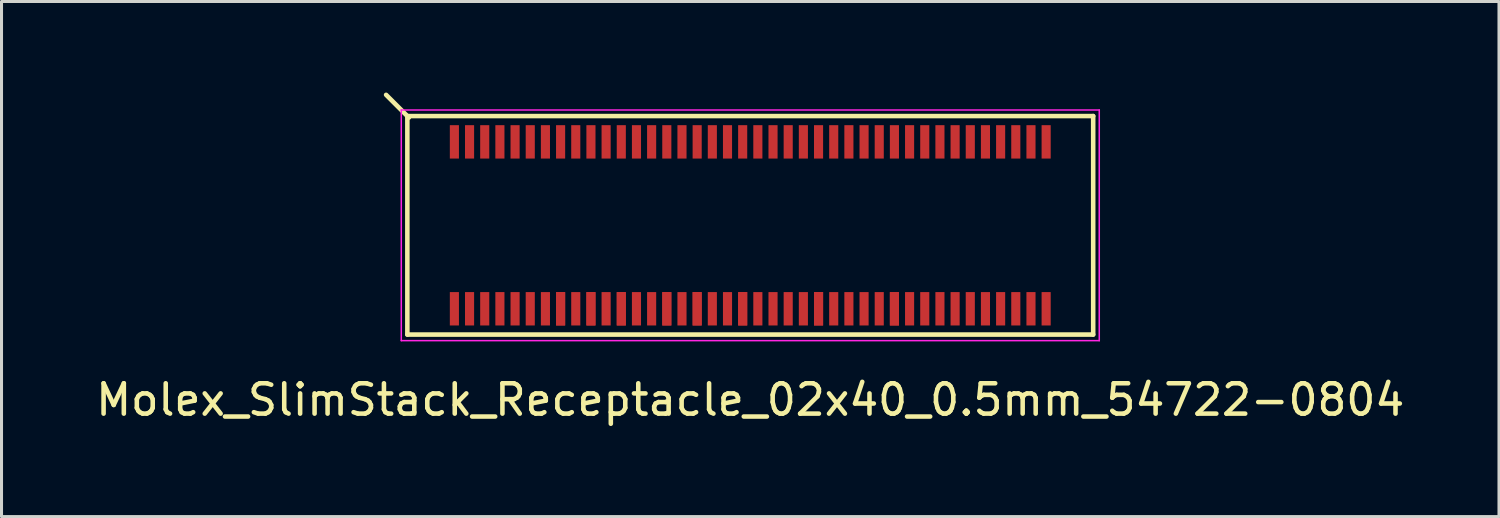
<source format=kicad_pcb>
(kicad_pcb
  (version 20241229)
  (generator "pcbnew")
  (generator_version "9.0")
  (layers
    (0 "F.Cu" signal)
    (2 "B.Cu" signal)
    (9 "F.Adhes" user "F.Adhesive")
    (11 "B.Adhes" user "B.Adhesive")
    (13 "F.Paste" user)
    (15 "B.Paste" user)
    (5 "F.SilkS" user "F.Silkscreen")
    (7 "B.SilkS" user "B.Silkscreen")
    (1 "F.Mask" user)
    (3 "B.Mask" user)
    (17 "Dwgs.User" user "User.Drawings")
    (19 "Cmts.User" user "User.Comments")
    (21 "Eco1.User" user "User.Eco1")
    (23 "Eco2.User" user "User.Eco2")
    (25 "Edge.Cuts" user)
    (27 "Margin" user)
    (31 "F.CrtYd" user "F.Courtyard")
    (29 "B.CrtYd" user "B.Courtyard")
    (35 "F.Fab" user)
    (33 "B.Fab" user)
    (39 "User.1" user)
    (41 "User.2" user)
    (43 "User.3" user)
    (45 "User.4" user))
  (footprint "Molex_SlimStack_Receptacle_02x40_0.5mm_54722-0804"
    (layer "F.Cu")
    (at 21.673 4.375)
    (property "Reference" "Molex_SlimStack_Receptacle_02x40_0.5mm_54722-0804" (at 0 5.75 0) (layer "F.SilkS") (effects (font (size 1 1) (thickness 0.15))))
    (attr smd)
    (fp_line (start -11.3 -3.6) (end -11.3 3.6) (stroke (width 0.15) (type solid)) (layer "F.SilkS"))
    (fp_line (start -11.3 3.6) (end 11.3 3.6) (stroke (width 0.15) (type solid)) (layer "F.SilkS"))
    (fp_line (start -11.25 -3.55) (end -12 -4.3) (stroke (width 0.15) (type solid)) (layer "F.SilkS"))
    (fp_line (start 11.3 -3.6) (end -11.3 -3.6) (stroke (width 0.15) (type solid)) (layer "F.SilkS"))
    (fp_line (start 11.3 3.6) (end 11.3 -3.6) (stroke (width 0.15) (type solid)) (layer "F.SilkS"))
    (fp_line (start -11.5 -3.8) (end -11.5 3.8) (stroke (width 0.05) (type solid)) (layer "F.CrtYd"))
    (fp_line (start -11.5 3.8) (end 11.5 3.8) (stroke (width 0.05) (type solid)) (layer "F.CrtYd"))
    (fp_line (start 11.5 -3.8) (end -11.5 -3.8) (stroke (width 0.05) (type solid)) (layer "F.CrtYd"))
    (fp_line (start 11.5 3.8) (end 11.5 -3.8) (stroke (width 0.05) (type solid)) (layer "F.CrtYd"))
    (pad "1" smd rect (at -9.75 -2.75) (size 0.3 1.1) (layers "F.Cu" "F.Mask" "F.Paste"))
    (pad "2" smd rect (at -9.75 2.75) (size 0.3 1.1) (layers "F.Cu" "F.Mask" "F.Paste"))
    (pad "3" smd rect (at -9.25 -2.75) (size 0.3 1.1) (layers "F.Cu" "F.Mask" "F.Paste"))
    (pad "4" smd rect (at -9.25 2.75) (size 0.3 1.1) (layers "F.Cu" "F.Mask" "F.Paste"))
    (pad "5" smd rect (at -8.75 -2.75) (size 0.3 1.1) (layers "F.Cu" "F.Mask" "F.Paste"))
    (pad "6" smd rect (at -8.75 2.75) (size 0.3 1.1) (layers "F.Cu" "F.Mask" "F.Paste"))
    (pad "7" smd rect (at -8.25 -2.75) (size 0.3 1.1) (layers "F.Cu" "F.Mask" "F.Paste"))
    (pad "8" smd rect (at -8.25 2.75) (size 0.3 1.1) (layers "F.Cu" "F.Mask" "F.Paste"))
    (pad "9" smd rect (at -7.75 -2.75) (size 0.3 1.1) (layers "F.Cu" "F.Mask" "F.Paste"))
    (pad "10" smd rect (at -7.75 2.75) (size 0.3 1.1) (layers "F.Cu" "F.Mask" "F.Paste"))
    (pad "11" smd rect (at -7.25 -2.75) (size 0.3 1.1) (layers "F.Cu" "F.Mask" "F.Paste"))
    (pad "12" smd rect (at -7.25 2.75) (size 0.3 1.1) (layers "F.Cu" "F.Mask" "F.Paste"))
    (pad "13" smd rect (at -6.75 -2.75) (size 0.3 1.1) (layers "F.Cu" "F.Mask" "F.Paste"))
    (pad "14" smd rect (at -6.75 2.75) (size 0.3 1.1) (layers "F.Cu" "F.Mask" "F.Paste"))
    (pad "15" smd rect (at -6.25 -2.75) (size 0.3 1.1) (layers "F.Cu" "F.Mask" "F.Paste"))
    (pad "16" smd rect (at -6.25 2.75) (size 0.3 1.1) (layers "F.Cu" "F.Mask" "F.Paste"))
    (pad "16" smd rect (at -6.25 2.75) (size 0.3 1.1) (layers "F.Cu" "F.Mask" "F.Paste"))
    (pad "17" smd rect (at -5.75 -2.75) (size 0.3 1.1) (layers "F.Cu" "F.Mask" "F.Paste"))
    (pad "18" smd rect (at -5.75 2.75) (size 0.3 1.1) (layers "F.Cu" "F.Mask" "F.Paste"))
    (pad "19" smd rect (at -5.25 -2.75) (size 0.3 1.1) (layers "F.Cu" "F.Mask" "F.Paste"))
    (pad "20" smd rect (at -5.25 2.75) (size 0.3 1.1) (layers "F.Cu" "F.Mask" "F.Paste"))
    (pad "20" smd rect (at -5.25 2.75) (size 0.3 1.1) (layers "F.Cu" "F.Mask" "F.Paste"))
    (pad "21" smd rect (at -4.75 -2.75) (size 0.3 1.1) (layers "F.Cu" "F.Mask" "F.Paste"))
    (pad "22" smd rect (at -4.75 2.75) (size 0.3 1.1) (layers "F.Cu" "F.Mask" "F.Paste"))
    (pad "23" smd rect (at -4.25 -2.75) (size 0.3 1.1) (layers "F.Cu" "F.Mask" "F.Paste"))
    (pad "24" smd rect (at -4.25 2.75) (size 0.3 1.1) (layers "F.Cu" "F.Mask" "F.Paste"))
    (pad "24" smd rect (at -4.25 2.75) (size 0.3 1.1) (layers "F.Cu" "F.Mask" "F.Paste"))
    (pad "25" smd rect (at -3.75 -2.75) (size 0.3 1.1) (layers "F.Cu" "F.Mask" "F.Paste"))
    (pad "26" smd rect (at -3.75 2.75) (size 0.3 1.1) (layers "F.Cu" "F.Mask" "F.Paste"))
    (pad "27" smd rect (at -3.25 -2.75) (size 0.3 1.1) (layers "F.Cu" "F.Mask" "F.Paste"))
    (pad "28" smd rect (at -3.25 2.75) (size 0.3 1.1) (layers "F.Cu" "F.Mask" "F.Paste"))
    (pad "29" smd rect (at -2.75 -2.75) (size 0.3 1.1) (layers "F.Cu" "F.Mask" "F.Paste"))
    (pad "30" smd rect (at -2.75 2.75) (size 0.3 1.1) (layers "F.Cu" "F.Mask" "F.Paste"))
    (pad "30" smd rect (at -2.75 2.75) (size 0.3 1.1) (layers "F.Cu" "F.Mask" "F.Paste"))
    (pad "31" smd rect (at -2.25 -2.75) (size 0.3 1.1) (layers "F.Cu" "F.Mask" "F.Paste"))
    (pad "32" smd rect (at -2.25 2.75) (size 0.3 1.1) (layers "F.Cu" "F.Mask" "F.Paste"))
    (pad "33" smd rect (at -1.75 -2.75) (size 0.3 1.1) (layers "F.Cu" "F.Mask" "F.Paste"))
    (pad "34" smd rect (at -1.75 2.75) (size 0.3 1.1) (layers "F.Cu" "F.Mask" "F.Paste"))
    (pad "34" smd rect (at -1.75 2.75) (size 0.3 1.1) (layers "F.Cu" "F.Mask" "F.Paste"))
    (pad "35" smd rect (at -1.25 -2.75) (size 0.3 1.1) (layers "F.Cu" "F.Mask" "F.Paste"))
    (pad "36" smd rect (at -1.25 2.75) (size 0.3 1.1) (layers "F.Cu" "F.Mask" "F.Paste"))
    (pad "37" smd rect (at -0.75 -2.75) (size 0.3 1.1) (layers "F.Cu" "F.Mask" "F.Paste"))
    (pad "38" smd rect (at -0.75 2.75) (size 0.3 1.1) (layers "F.Cu" "F.Mask" "F.Paste"))
    (pad "39" smd rect (at -0.25 -2.75) (size 0.3 1.1) (layers "F.Cu" "F.Mask" "F.Paste"))
    (pad "40" smd rect (at -0.25 2.75) (size 0.3 1.1) (layers "F.Cu" "F.Mask" "F.Paste"))
    (pad "40" smd rect (at -0.25 2.75) (size 0.3 1.1) (layers "F.Cu" "F.Mask" "F.Paste"))
    (pad "41" smd rect (at 0.25 -2.75) (size 0.3 1.1) (layers "F.Cu" "F.Mask" "F.Paste"))
    (pad "42" smd rect (at 0.25 2.75) (size 0.3 1.1) (layers "F.Cu" "F.Mask" "F.Paste"))
    (pad "43" smd rect (at 0.75 -2.75) (size 0.3 1.1) (layers "F.Cu" "F.Mask" "F.Paste"))
    (pad "44" smd rect (at 0.75 2.75) (size 0.3 1.1) (layers "F.Cu" "F.Mask" "F.Paste"))
    (pad "45" smd rect (at 1.25 -2.75) (size 0.3 1.1) (layers "F.Cu" "F.Mask" "F.Paste"))
    (pad "46" smd rect (at 1.25 2.75) (size 0.3 1.1) (layers "F.Cu" "F.Mask" "F.Paste"))
    (pad "47" smd rect (at 1.75 -2.75) (size 0.3 1.1) (layers "F.Cu" "F.Mask" "F.Paste"))
    (pad "48" smd rect (at 1.75 2.75) (size 0.3 1.1) (layers "F.Cu" "F.Mask" "F.Paste"))
    (pad "49" smd rect (at 2.25 -2.75) (size 0.3 1.1) (layers "F.Cu" "F.Mask" "F.Paste"))
    (pad "50" smd rect (at 2.25 2.75) (size 0.3 1.1) (layers "F.Cu" "F.Mask" "F.Paste"))
    (pad "50" smd rect (at 2.25 2.75) (size 0.3 1.1) (layers "F.Cu" "F.Mask" "F.Paste"))
    (pad "51" smd rect (at 2.75 -2.75) (size 0.3 1.1) (layers "F.Cu" "F.Mask" "F.Paste"))
    (pad "52" smd rect (at 2.75 2.75) (size 0.3 1.1) (layers "F.Cu" "F.Mask" "F.Paste"))
    (pad "53" smd rect (at 3.25 -2.75) (size 0.3 1.1) (layers "F.Cu" "F.Mask" "F.Paste"))
    (pad "54" smd rect (at 3.25 2.75) (size 0.3 1.1) (layers "F.Cu" "F.Mask" "F.Paste"))
    (pad "55" smd rect (at 3.75 -2.75) (size 0.3 1.1) (layers "F.Cu" "F.Mask" "F.Paste"))
    (pad "56" smd rect (at 3.75 2.75) (size 0.3 1.1) (layers "F.Cu" "F.Mask" "F.Paste"))
    (pad "57" smd rect (at 4.25 -2.75) (size 0.3 1.1) (layers "F.Cu" "F.Mask" "F.Paste"))
    (pad "58" smd rect (at 4.25 2.75) (size 0.3 1.1) (layers "F.Cu" "F.Mask" "F.Paste"))
    (pad "59" smd rect (at 4.75 -2.75) (size 0.3 1.1) (layers "F.Cu" "F.Mask" "F.Paste"))
    (pad "60" smd rect (at 4.75 2.75) (size 0.3 1.1) (layers "F.Cu" "F.Mask" "F.Paste"))
    (pad "60" smd rect (at 4.75 2.75) (size 0.3 1.1) (layers "F.Cu" "F.Mask" "F.Paste"))
    (pad "61" smd rect (at 5.25 -2.75) (size 0.3 1.1) (layers "F.Cu" "F.Mask" "F.Paste"))
    (pad "62" smd rect (at 5.25 2.75) (size 0.3 1.1) (layers "F.Cu" "F.Mask" "F.Paste"))
    (pad "63" smd rect (at 5.75 -2.75) (size 0.3 1.1) (layers "F.Cu" "F.Mask" "F.Paste"))
    (pad "64" smd rect (at 5.75 2.75) (size 0.3 1.1) (layers "F.Cu" "F.Mask" "F.Paste"))
    (pad "65" smd rect (at 6.25 -2.75) (size 0.3 1.1) (layers "F.Cu" "F.Mask" "F.Paste"))
    (pad "66" smd rect (at 6.25 2.75) (size 0.3 1.1) (layers "F.Cu" "F.Mask" "F.Paste"))
    (pad "67" smd rect (at 6.75 -2.75) (size 0.3 1.1) (layers "F.Cu" "F.Mask" "F.Paste"))
    (pad "68" smd rect (at 6.75 2.75) (size 0.3 1.1) (layers "F.Cu" "F.Mask" "F.Paste"))
    (pad "69" smd rect (at 7.25 -2.75) (size 0.3 1.1) (layers "F.Cu" "F.Mask" "F.Paste"))
    (pad "70" smd rect (at 7.25 2.75) (size 0.3 1.1) (layers "F.Cu" "F.Mask" "F.Paste"))
    (pad "71" smd rect (at 7.75 -2.75) (size 0.3 1.1) (layers "F.Cu" "F.Mask" "F.Paste"))
    (pad "72" smd rect (at 7.75 2.75) (size 0.3 1.1) (layers "F.Cu" "F.Mask" "F.Paste"))
    (pad "73" smd rect (at 8.25 -2.75) (size 0.3 1.1) (layers "F.Cu" "F.Mask" "F.Paste"))
    (pad "74" smd rect (at 8.25 2.75) (size 0.3 1.1) (layers "F.Cu" "F.Mask" "F.Paste"))
    (pad "75" smd rect (at 8.75 -2.75) (size 0.3 1.1) (layers "F.Cu" "F.Mask" "F.Paste"))
    (pad "76" smd rect (at 8.75 2.75) (size 0.3 1.1) (layers "F.Cu" "F.Mask" "F.Paste"))
    (pad "77" smd rect (at 9.25 -2.75) (size 0.3 1.1) (layers "F.Cu" "F.Mask" "F.Paste"))
    (pad "78" smd rect (at 9.25 2.75) (size 0.3 1.1) (layers "F.Cu" "F.Mask" "F.Paste"))
    (pad "79" smd rect (at 9.75 -2.75) (size 0.3 1.1) (layers "F.Cu" "F.Mask" "F.Paste"))
    (pad "80" smd rect (at 9.75 2.75) (size 0.3 1.1) (layers "F.Cu" "F.Mask" "F.Paste")))
  (gr_rect
    (start -3 -3)
    (end 46.345 13.973)
    (stroke (width 0.1) (type default))
    (fill no)
    (layer "Edge.Cuts")))
</source>
